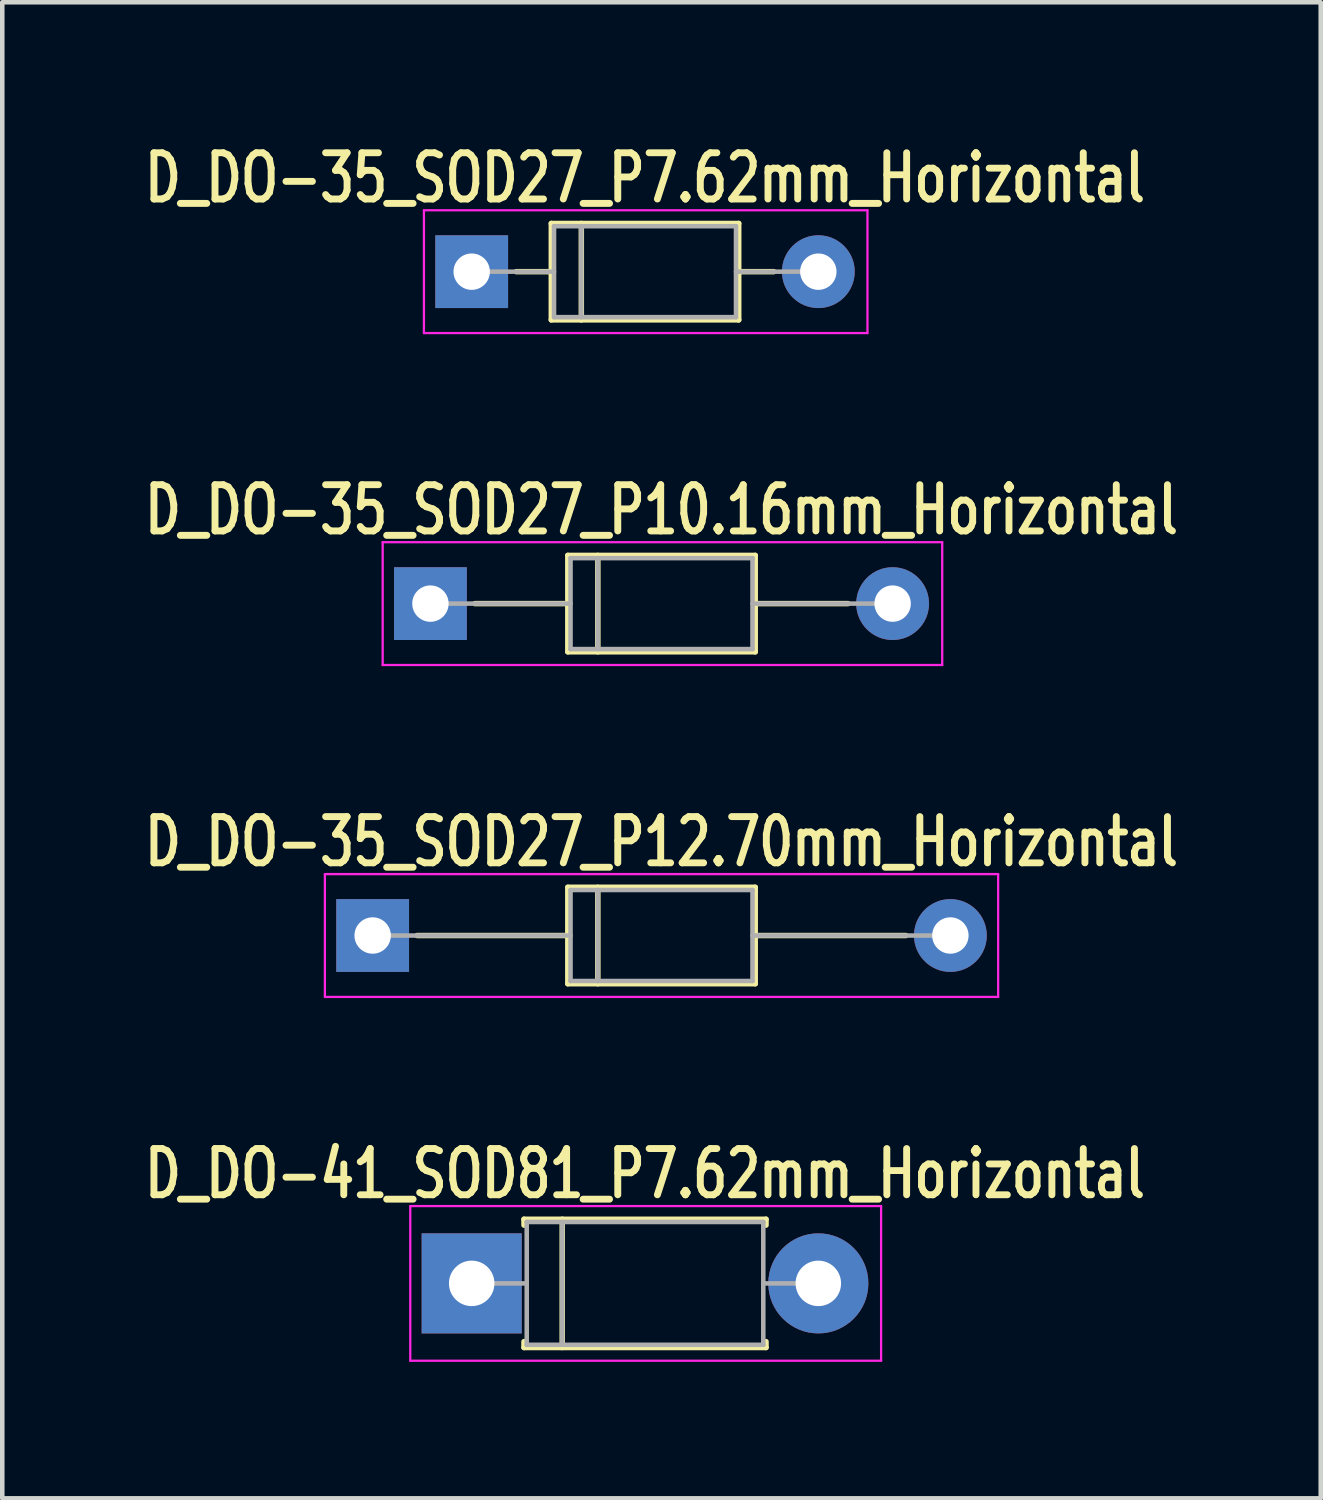
<source format=kicad_pcb>
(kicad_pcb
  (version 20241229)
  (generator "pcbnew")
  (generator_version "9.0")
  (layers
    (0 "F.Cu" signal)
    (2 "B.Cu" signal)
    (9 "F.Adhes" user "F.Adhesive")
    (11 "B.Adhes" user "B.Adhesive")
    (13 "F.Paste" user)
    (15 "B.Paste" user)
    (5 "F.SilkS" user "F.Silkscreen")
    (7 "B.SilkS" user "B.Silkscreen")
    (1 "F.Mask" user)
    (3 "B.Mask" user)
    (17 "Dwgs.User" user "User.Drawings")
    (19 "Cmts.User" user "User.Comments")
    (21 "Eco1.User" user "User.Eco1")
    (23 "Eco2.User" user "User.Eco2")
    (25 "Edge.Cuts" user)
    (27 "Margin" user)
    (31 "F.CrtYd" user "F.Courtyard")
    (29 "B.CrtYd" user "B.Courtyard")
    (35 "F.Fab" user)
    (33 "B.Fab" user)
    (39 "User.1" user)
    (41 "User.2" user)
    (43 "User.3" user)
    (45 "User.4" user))
  (footprint "D_DO-35_SOD27_P12.70mm_Horizontal"
    (layer "F.Cu")
    (at 5.142 17.515)
    (property "Reference" "D_DO-35_SOD27_P12.70mm_Horizontal" (at 6.35 -2.06 0) (layer "F.SilkS") (effects (font (size 1.016 0.762) (thickness 0.152))))
    (attr through_hole)
    (fp_line (start 0.98 0) (end 4.29 0) (stroke (width 0.12) (type solid)) (layer "F.SilkS"))
    (fp_line (start 4.29 -1.06) (end 4.29 1.06) (stroke (width 0.12) (type solid)) (layer "F.SilkS"))
    (fp_line (start 4.29 1.06) (end 8.41 1.06) (stroke (width 0.12) (type solid)) (layer "F.SilkS"))
    (fp_line (start 4.95 -1.06) (end 4.95 1.06) (stroke (width 0.12) (type solid)) (layer "F.SilkS"))
    (fp_line (start 8.41 -1.06) (end 4.29 -1.06) (stroke (width 0.12) (type solid)) (layer "F.SilkS"))
    (fp_line (start 8.41 1.06) (end 8.41 -1.06) (stroke (width 0.12) (type solid)) (layer "F.SilkS"))
    (fp_line (start 11.72 0) (end 8.41 0) (stroke (width 0.12) (type solid)) (layer "F.SilkS"))
    (fp_line (start -1.05 -1.35) (end -1.05 1.35) (stroke (width 0.05) (type solid)) (layer "F.CrtYd"))
    (fp_line (start -1.05 1.35) (end 13.75 1.35) (stroke (width 0.05) (type solid)) (layer "F.CrtYd"))
    (fp_line (start 13.75 -1.35) (end -1.05 -1.35) (stroke (width 0.05) (type solid)) (layer "F.CrtYd"))
    (fp_line (start 13.75 1.35) (end 13.75 -1.35) (stroke (width 0.05) (type solid)) (layer "F.CrtYd"))
    (fp_line (start 0 0) (end 4.35 0) (stroke (width 0.1) (type solid)) (layer "F.Fab"))
    (fp_line (start 4.35 -1) (end 4.35 1) (stroke (width 0.1) (type solid)) (layer "F.Fab"))
    (fp_line (start 4.35 1) (end 8.35 1) (stroke (width 0.1) (type solid)) (layer "F.Fab"))
    (fp_line (start 4.95 -1) (end 4.95 1) (stroke (width 0.1) (type solid)) (layer "F.Fab"))
    (fp_line (start 8.35 -1) (end 4.35 -1) (stroke (width 0.1) (type solid)) (layer "F.Fab"))
    (fp_line (start 8.35 1) (end 8.35 -1) (stroke (width 0.1) (type solid)) (layer "F.Fab"))
    (fp_line (start 12.7 0) (end 8.35 0) (stroke (width 0.1) (type solid)) (layer "F.Fab"))
    (pad "1" thru_hole rect (at 0 0) (size 1.6 1.6) (drill 0.8) (layers "*.Cu" "*.Mask"))
    (pad "2" thru_hole oval (at 12.7 0) (size 1.6 1.6) (drill 0.8) (layers "*.Cu" "*.Mask")))
  (footprint "D_DO-41_SOD81_P7.62mm_Horizontal"
    (layer "F.Cu")
    (at 7.319 25.162)
    (property "Reference" "D_DO-41_SOD81_P7.62mm_Horizontal" (at 3.81 -2.41 0) (layer "F.SilkS") (effects (font (size 1.016 0.762) (thickness 0.152))))
    (attr through_hole)
    (fp_line (start 1.15 -1.41) (end 6.47 -1.41) (stroke (width 0.12) (type solid)) (layer "F.SilkS"))
    (fp_line (start 1.15 -1.28) (end 1.15 -1.41) (stroke (width 0.12) (type solid)) (layer "F.SilkS"))
    (fp_line (start 1.15 1.28) (end 1.15 1.41) (stroke (width 0.12) (type solid)) (layer "F.SilkS"))
    (fp_line (start 1.15 1.41) (end 6.47 1.41) (stroke (width 0.12) (type solid)) (layer "F.SilkS"))
    (fp_line (start 1.99 -1.41) (end 1.99 1.41) (stroke (width 0.12) (type solid)) (layer "F.SilkS"))
    (fp_line (start 6.47 -1.41) (end 6.47 -1.28) (stroke (width 0.12) (type solid)) (layer "F.SilkS"))
    (fp_line (start 6.47 1.41) (end 6.47 1.28) (stroke (width 0.12) (type solid)) (layer "F.SilkS"))
    (fp_line (start -1.35 -1.7) (end -1.35 1.7) (stroke (width 0.05) (type solid)) (layer "F.CrtYd"))
    (fp_line (start -1.35 1.7) (end 9 1.7) (stroke (width 0.05) (type solid)) (layer "F.CrtYd"))
    (fp_line (start 9 -1.7) (end -1.35 -1.7) (stroke (width 0.05) (type solid)) (layer "F.CrtYd"))
    (fp_line (start 9 1.7) (end 9 -1.7) (stroke (width 0.05) (type solid)) (layer "F.CrtYd"))
    (fp_line (start 0 0) (end 1.21 0) (stroke (width 0.1) (type solid)) (layer "F.Fab"))
    (fp_line (start 1.21 -1.35) (end 1.21 1.35) (stroke (width 0.1) (type solid)) (layer "F.Fab"))
    (fp_line (start 1.21 1.35) (end 6.41 1.35) (stroke (width 0.1) (type solid)) (layer "F.Fab"))
    (fp_line (start 1.99 -1.35) (end 1.99 1.35) (stroke (width 0.1) (type solid)) (layer "F.Fab"))
    (fp_line (start 6.41 -1.35) (end 1.21 -1.35) (stroke (width 0.1) (type solid)) (layer "F.Fab"))
    (fp_line (start 6.41 1.35) (end 6.41 -1.35) (stroke (width 0.1) (type solid)) (layer "F.Fab"))
    (fp_line (start 7.62 0) (end 6.41 0) (stroke (width 0.1) (type solid)) (layer "F.Fab"))
    (pad "1" thru_hole rect (at 0 0) (size 2.2 2.2) (drill 1) (layers "*.Cu" "*.Mask"))
    (pad "2" thru_hole oval (at 7.62 0) (size 2.2 2.2) (drill 1) (layers "*.Cu" "*.Mask")))
  (footprint "D_DO-35_SOD27_P7.62mm_Horizontal"
    (layer "F.Cu")
    (at 7.319 2.922)
    (property "Reference" "D_DO-35_SOD27_P7.62mm_Horizontal" (at 3.81 -2.06 0) (layer "F.SilkS") (effects (font (size 1.016 0.762) (thickness 0.152))))
    (attr through_hole)
    (fp_line (start 0.98 0) (end 1.75 0) (stroke (width 0.12) (type solid)) (layer "F.SilkS"))
    (fp_line (start 1.75 -1.06) (end 1.75 1.06) (stroke (width 0.12) (type solid)) (layer "F.SilkS"))
    (fp_line (start 1.75 1.06) (end 5.87 1.06) (stroke (width 0.12) (type solid)) (layer "F.SilkS"))
    (fp_line (start 2.41 -1.06) (end 2.41 1.06) (stroke (width 0.12) (type solid)) (layer "F.SilkS"))
    (fp_line (start 5.87 -1.06) (end 1.75 -1.06) (stroke (width 0.12) (type solid)) (layer "F.SilkS"))
    (fp_line (start 5.87 1.06) (end 5.87 -1.06) (stroke (width 0.12) (type solid)) (layer "F.SilkS"))
    (fp_line (start 6.64 0) (end 5.87 0) (stroke (width 0.12) (type solid)) (layer "F.SilkS"))
    (fp_line (start -1.05 -1.35) (end -1.05 1.35) (stroke (width 0.05) (type solid)) (layer "F.CrtYd"))
    (fp_line (start -1.05 1.35) (end 8.7 1.35) (stroke (width 0.05) (type solid)) (layer "F.CrtYd"))
    (fp_line (start 8.7 -1.35) (end -1.05 -1.35) (stroke (width 0.05) (type solid)) (layer "F.CrtYd"))
    (fp_line (start 8.7 1.35) (end 8.7 -1.35) (stroke (width 0.05) (type solid)) (layer "F.CrtYd"))
    (fp_line (start 0 0) (end 1.81 0) (stroke (width 0.1) (type solid)) (layer "F.Fab"))
    (fp_line (start 1.81 -1) (end 1.81 1) (stroke (width 0.1) (type solid)) (layer "F.Fab"))
    (fp_line (start 1.81 1) (end 5.81 1) (stroke (width 0.1) (type solid)) (layer "F.Fab"))
    (fp_line (start 2.41 -1) (end 2.41 1) (stroke (width 0.1) (type solid)) (layer "F.Fab"))
    (fp_line (start 5.81 -1) (end 1.81 -1) (stroke (width 0.1) (type solid)) (layer "F.Fab"))
    (fp_line (start 5.81 1) (end 5.81 -1) (stroke (width 0.1) (type solid)) (layer "F.Fab"))
    (fp_line (start 7.62 0) (end 5.81 0) (stroke (width 0.1) (type solid)) (layer "F.Fab"))
    (pad "1" thru_hole rect (at 0 0) (size 1.6 1.6) (drill 0.8) (layers "*.Cu" "*.Mask"))
    (pad "2" thru_hole oval (at 7.62 0) (size 1.6 1.6) (drill 0.8) (layers "*.Cu" "*.Mask")))
  (footprint "D_DO-35_SOD27_P10.16mm_Horizontal"
    (layer "F.Cu")
    (at 6.412 10.219)
    (property "Reference" "D_DO-35_SOD27_P10.16mm_Horizontal" (at 5.08 -2.06 0) (layer "F.SilkS") (effects (font (size 1.016 0.762) (thickness 0.152))))
    (attr through_hole)
    (fp_line (start 0.98 0) (end 3.02 0) (stroke (width 0.12) (type solid)) (layer "F.SilkS"))
    (fp_line (start 3.02 -1.06) (end 3.02 1.06) (stroke (width 0.12) (type solid)) (layer "F.SilkS"))
    (fp_line (start 3.02 1.06) (end 7.14 1.06) (stroke (width 0.12) (type solid)) (layer "F.SilkS"))
    (fp_line (start 3.68 -1.06) (end 3.68 1.06) (stroke (width 0.12) (type solid)) (layer "F.SilkS"))
    (fp_line (start 7.14 -1.06) (end 3.02 -1.06) (stroke (width 0.12) (type solid)) (layer "F.SilkS"))
    (fp_line (start 7.14 1.06) (end 7.14 -1.06) (stroke (width 0.12) (type solid)) (layer "F.SilkS"))
    (fp_line (start 9.18 0) (end 7.14 0) (stroke (width 0.12) (type solid)) (layer "F.SilkS"))
    (fp_line (start -1.05 -1.35) (end -1.05 1.35) (stroke (width 0.05) (type solid)) (layer "F.CrtYd"))
    (fp_line (start -1.05 1.35) (end 11.25 1.35) (stroke (width 0.05) (type solid)) (layer "F.CrtYd"))
    (fp_line (start 11.25 -1.35) (end -1.05 -1.35) (stroke (width 0.05) (type solid)) (layer "F.CrtYd"))
    (fp_line (start 11.25 1.35) (end 11.25 -1.35) (stroke (width 0.05) (type solid)) (layer "F.CrtYd"))
    (fp_line (start 0 0) (end 3.08 0) (stroke (width 0.1) (type solid)) (layer "F.Fab"))
    (fp_line (start 3.08 -1) (end 3.08 1) (stroke (width 0.1) (type solid)) (layer "F.Fab"))
    (fp_line (start 3.08 1) (end 7.08 1) (stroke (width 0.1) (type solid)) (layer "F.Fab"))
    (fp_line (start 3.68 -1) (end 3.68 1) (stroke (width 0.1) (type solid)) (layer "F.Fab"))
    (fp_line (start 7.08 -1) (end 3.08 -1) (stroke (width 0.1) (type solid)) (layer "F.Fab"))
    (fp_line (start 7.08 1) (end 7.08 -1) (stroke (width 0.1) (type solid)) (layer "F.Fab"))
    (fp_line (start 10.16 0) (end 7.08 0) (stroke (width 0.1) (type solid)) (layer "F.Fab"))
    (pad "1" thru_hole rect (at 0 0) (size 1.6 1.6) (drill 0.8) (layers "*.Cu" "*.Mask"))
    (pad "2" thru_hole oval (at 10.16 0) (size 1.6 1.6) (drill 0.8) (layers "*.Cu" "*.Mask")))
  (gr_rect
    (start -3 -3)
    (end 25.983 29.887)
    (stroke (width 0.1) (type default))
    (fill no)
    (layer "Edge.Cuts")))
</source>
